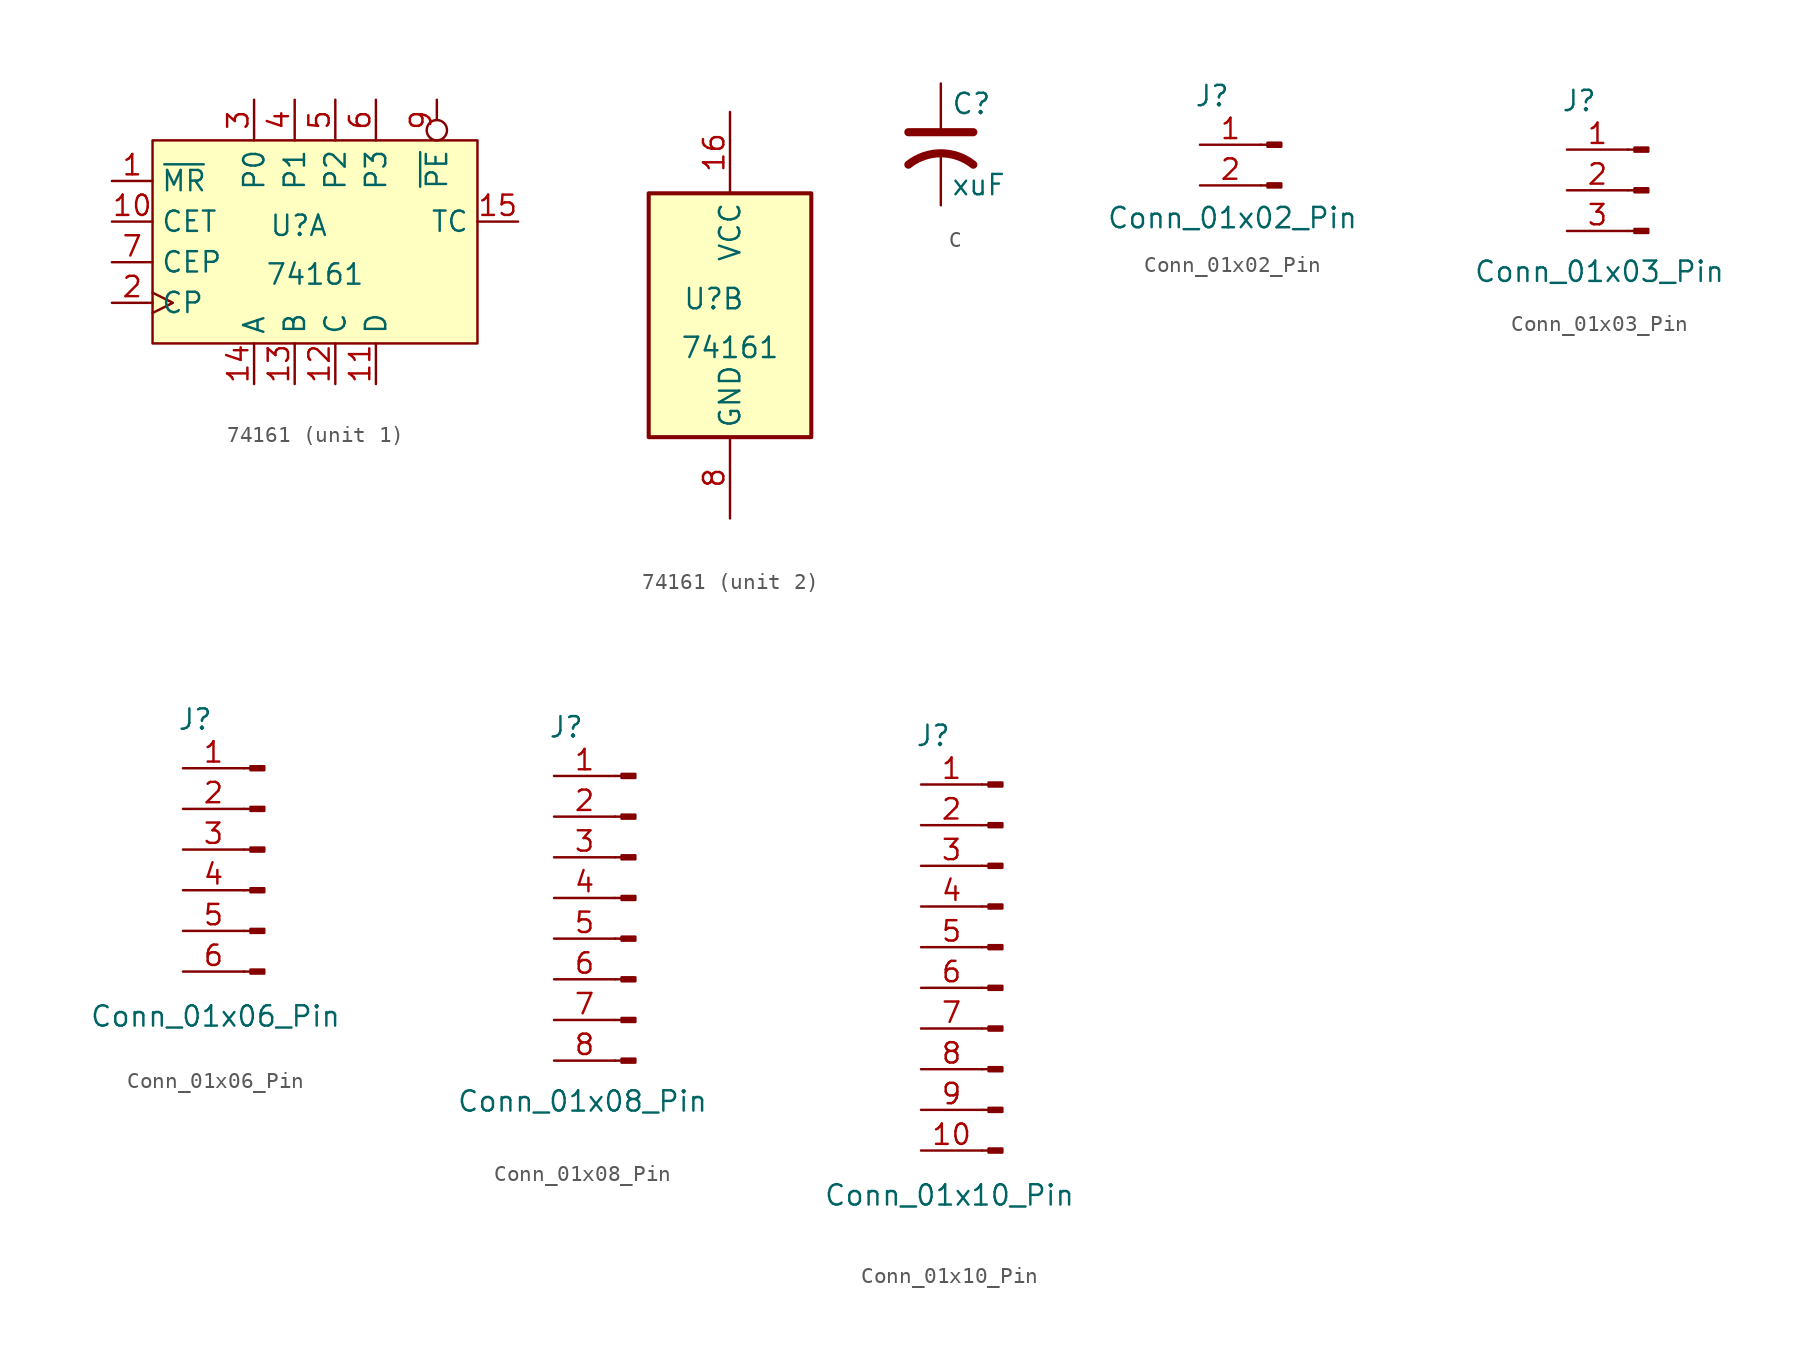
<source format=kicad_sym>
(kicad_symbol_lib
  (version 20241209)
  (generator "kicad_symbol_editor")
  (generator_version "9.0")
  (symbol "74161"
    (property "Reference" "U"
      (at -1.016 1.016 0)
      (effects (font (size 1.27 1.27))))
    (property "Value" "74161"
      (at 0 -2.032 0)
      (effects (font (size 1.27 1.27))))
    (property "ki_locked" ""
      (at 0 0 0)
      (effects (font (size 1.27 1.27))))
    (symbol "74161_1_1"
      (rectangle (start -10.16 6.35) (end 10.16 -6.35) (stroke (width 0) (type default)) (fill (type background)))
      (pin input line (at -12.7 3.81 0) (length 2.54) (name "~{MR}" (effects (font (size 1.27 1.27)))) (number "1" (effects (font (size 1.27 1.27)))))
      (pin input line (at -12.7 1.27 0) (length 2.54) (name "CET" (effects (font (size 1.27 1.27)))) (number "10" (effects (font (size 1.27 1.27)))))
      (pin input line (at -12.7 -1.27 0) (length 2.54) (name "CEP" (effects (font (size 1.27 1.27)))) (number "7" (effects (font (size 1.27 1.27)))))
      (pin input clock (at -12.7 -3.81 0) (length 2.54) (name "CP" (effects (font (size 1.27 1.27)))) (number "2" (effects (font (size 1.27 1.27)))))
      (pin input line (at -3.81 8.89 270) (length 2.54) (name "P0" (effects (font (size 1.27 1.27)))) (number "3" (effects (font (size 1.27 1.27)))))
      (pin output line (at -3.81 -8.89 90) (length 2.54) (name "A" (effects (font (size 1.27 1.27)))) (number "14" (effects (font (size 1.27 1.27)))))
      (pin input line (at -1.27 8.89 270) (length 2.54) (name "P1" (effects (font (size 1.27 1.27)))) (number "4" (effects (font (size 1.27 1.27)))))
      (pin output line (at -1.27 -8.89 90) (length 2.54) (name "B" (effects (font (size 1.27 1.27)))) (number "13" (effects (font (size 1.27 1.27)))))
      (pin input line (at 1.27 8.89 270) (length 2.54) (name "P2" (effects (font (size 1.27 1.27)))) (number "5" (effects (font (size 1.27 1.27)))))
      (pin output line (at 1.27 -8.89 90) (length 2.54) (name "C" (effects (font (size 1.27 1.27)))) (number "12" (effects (font (size 1.27 1.27)))))
      (pin input line (at 3.81 8.89 270) (length 2.54) (name "P3" (effects (font (size 1.27 1.27)))) (number "6" (effects (font (size 1.27 1.27)))))
      (pin output line (at 3.81 -8.89 90) (length 2.54) (name "D" (effects (font (size 1.27 1.27)))) (number "11" (effects (font (size 1.27 1.27)))))
      (pin input inverted (at 7.62 8.89 270) (length 2.54) (name "~{PE}" (effects (font (size 1.27 1.27)))) (number "9" (effects (font (size 1.27 1.27)))))
      (pin output line (at 12.7 1.27 180) (length 2.54) (name "TC" (effects (font (size 1.27 1.27)))) (number "15" (effects (font (size 1.27 1.27))))))
    (symbol "74161_2_0"
      (pin power_in line (at 0 12.7 270) (length 5.08) (name "VCC" (effects (font (size 1.27 1.27)))) (number "16" (effects (font (size 1.27 1.27)))))
      (pin power_in line (at 0 -12.7 90) (length 5.08) (name "GND" (effects (font (size 1.27 1.27)))) (number "8" (effects (font (size 1.27 1.27))))))
    (symbol "74161_2_1"
      (rectangle (start -5.08 7.62) (end 5.08 -7.62) (stroke (width 0.254) (type default)) (fill (type background)))))
  (symbol "C"
    (pin_numbers
      (hide yes))
    (pin_names
      (offset 0.254)
      (hide yes))
    (property "Reference" "C"
      (at 0.635 2.54 0)
      (effects (font (size 1.27 1.27)) (justify left)))
    (property "Value" "xuF"
      (at 0.635 -2.54 0)
      (effects (font (size 1.27 1.27)) (justify left)))
    (symbol "C_0_1"
      (polyline (pts (xy -2.032 0.762) (xy 2.032 0.762)) (stroke (width 0.508) (type default)) (fill (type none)))
      (arc (start -2.032 -1.27) (mid 0 -0.5572) (end 2.032 -1.27) (stroke (width 0.508) (type default)) (fill (type none))))
    (symbol "C_1_1"
      (pin passive line (at 0 3.81 270) (length 2.794) (name "~" (effects (font (size 1.27 1.27)))) (number "1" (effects (font (size 1.27 1.27)))))
      (pin passive line (at 0 -3.81 90) (length 3.302) (name "~" (effects (font (size 1.27 1.27)))) (number "2" (effects (font (size 1.27 1.27)))))))
  (symbol "Conn_01x02_Pin"
    (pin_names
      (offset 1.016)
      (hide yes))
    (property "Reference" "J"
      (at 0.762 3.048 0)
      (effects (font (size 1.27 1.27))))
    (property "Value" "Conn_01x02_Pin"
      (at 2.032 -4.572 0)
      (effects (font (size 1.27 1.27))))
    (symbol "Conn_01x02_Pin_1_1"
      (polyline (pts (xy 3.81 0) (xy 4.216 0)) (stroke (width 0.152) (type default)) (fill (type none)))
      (polyline (pts (xy 3.81 -2.54) (xy 4.216 -2.54)) (stroke (width 0.152) (type default)) (fill (type none)))
      (rectangle (start 4.216 0.127) (end 5.08 -0.127) (stroke (width 0.152) (type default)) (fill (type outline)))
      (rectangle (start 4.216 -2.413) (end 5.08 -2.667) (stroke (width 0.152) (type default)) (fill (type outline)))
      (pin passive line (at 0 0 0) (length 3.81) (name "" (effects (font (size 1.27 1.27)))) (number "1" (effects (font (size 1.27 1.27)))))
      (pin passive line (at 0 -2.54 0) (length 3.81) (name "" (effects (font (size 1.27 1.27)))) (number "2" (effects (font (size 1.27 1.27)))))))
  (symbol "Conn_01x03_Pin"
    (pin_names
      (offset 1.016)
      (hide yes))
    (property "Reference" "J"
      (at 0.762 3.048 0)
      (effects (font (size 1.27 1.27))))
    (property "Value" "Conn_01x03_Pin"
      (at 2.032 -7.62 0)
      (effects (font (size 1.27 1.27))))
    (symbol "Conn_01x03_Pin_1_1"
      (polyline (pts (xy 3.81 0) (xy 4.216 0)) (stroke (width 0.152) (type default)) (fill (type none)))
      (polyline (pts (xy 3.81 -2.54) (xy 4.216 -2.54)) (stroke (width 0.152) (type default)) (fill (type none)))
      (polyline (pts (xy 3.81 -5.08) (xy 4.216 -5.08)) (stroke (width 0.152) (type default)) (fill (type none)))
      (rectangle (start 4.216 0.127) (end 5.08 -0.127) (stroke (width 0.152) (type default)) (fill (type outline)))
      (rectangle (start 4.216 -2.413) (end 5.08 -2.667) (stroke (width 0.152) (type default)) (fill (type outline)))
      (rectangle (start 4.216 -4.953) (end 5.08 -5.207) (stroke (width 0.152) (type default)) (fill (type outline)))
      (pin passive line (at 0 0 0) (length 3.81) (name "" (effects (font (size 1.27 1.27)))) (number "1" (effects (font (size 1.27 1.27)))))
      (pin passive line (at 0 -2.54 0) (length 3.81) (name "" (effects (font (size 1.27 1.27)))) (number "2" (effects (font (size 1.27 1.27)))))
      (pin passive line (at 0 -5.08 0) (length 3.81) (name "" (effects (font (size 1.27 1.27)))) (number "3" (effects (font (size 1.27 1.27)))))))
  (symbol "Conn_01x06_Pin"
    (pin_names
      (offset 1.016)
      (hide yes))
    (property "Reference" "J"
      (at -6.858 5.588 0)
      (effects (font (size 1.27 1.27))))
    (property "Value" "Conn_01x06_Pin"
      (at -5.588 -12.954 0)
      (effects (font (size 1.27 1.27))))
    (symbol "Conn_01x06_Pin_1_1"
      (polyline (pts (xy -3.81 2.54) (xy -3.404 2.54)) (stroke (width 0.152) (type default)) (fill (type none)))
      (polyline (pts (xy -3.81 0) (xy -3.404 0)) (stroke (width 0.152) (type default)) (fill (type none)))
      (polyline (pts (xy -3.81 -2.54) (xy -3.404 -2.54)) (stroke (width 0.152) (type default)) (fill (type none)))
      (polyline (pts (xy -3.81 -5.08) (xy -3.404 -5.08)) (stroke (width 0.152) (type default)) (fill (type none)))
      (polyline (pts (xy -3.81 -7.62) (xy -3.404 -7.62)) (stroke (width 0.152) (type default)) (fill (type none)))
      (polyline (pts (xy -3.81 -10.16) (xy -3.404 -10.16)) (stroke (width 0.152) (type default)) (fill (type none)))
      (rectangle (start -3.404 2.667) (end -2.54 2.413) (stroke (width 0.152) (type default)) (fill (type outline)))
      (rectangle (start -3.404 0.127) (end -2.54 -0.127) (stroke (width 0.152) (type default)) (fill (type outline)))
      (rectangle (start -3.404 -2.413) (end -2.54 -2.667) (stroke (width 0.152) (type default)) (fill (type outline)))
      (rectangle (start -3.404 -4.953) (end -2.54 -5.207) (stroke (width 0.152) (type default)) (fill (type outline)))
      (rectangle (start -3.404 -7.493) (end -2.54 -7.747) (stroke (width 0.152) (type default)) (fill (type outline)))
      (rectangle (start -3.404 -10.033) (end -2.54 -10.287) (stroke (width 0.152) (type default)) (fill (type outline)))
      (pin passive line (at -7.62 2.54 0) (length 3.81) (name "" (effects (font (size 1.27 1.27)))) (number "1" (effects (font (size 1.27 1.27)))))
      (pin passive line (at -7.62 0 0) (length 3.81) (name "" (effects (font (size 1.27 1.27)))) (number "2" (effects (font (size 1.27 1.27)))))
      (pin passive line (at -7.62 -2.54 0) (length 3.81) (name "" (effects (font (size 1.27 1.27)))) (number "3" (effects (font (size 1.27 1.27)))))
      (pin passive line (at -7.62 -5.08 0) (length 3.81) (name "" (effects (font (size 1.27 1.27)))) (number "4" (effects (font (size 1.27 1.27)))))
      (pin passive line (at -7.62 -7.62 0) (length 3.81) (name "" (effects (font (size 1.27 1.27)))) (number "5" (effects (font (size 1.27 1.27)))))
      (pin passive line (at -7.62 -10.16 0) (length 3.81) (name "" (effects (font (size 1.27 1.27)))) (number "6" (effects (font (size 1.27 1.27)))))))
  (symbol "Conn_01x08_Pin"
    (pin_names
      (offset 1.016)
      (hide yes))
    (property "Reference" "J"
      (at -1.778 11.938 0)
      (effects (font (size 1.27 1.27))))
    (property "Value" "Conn_01x08_Pin"
      (at -0.762 -11.43 0)
      (effects (font (size 1.27 1.27))))
    (symbol "Conn_01x08_Pin_1_1"
      (polyline (pts (xy 1.27 8.89) (xy 1.676 8.89)) (stroke (width 0.152) (type default)) (fill (type none)))
      (polyline (pts (xy 1.27 6.35) (xy 1.676 6.35)) (stroke (width 0.152) (type default)) (fill (type none)))
      (polyline (pts (xy 1.27 3.81) (xy 1.676 3.81)) (stroke (width 0.152) (type default)) (fill (type none)))
      (polyline (pts (xy 1.27 1.27) (xy 1.676 1.27)) (stroke (width 0.152) (type default)) (fill (type none)))
      (polyline (pts (xy 1.27 -1.27) (xy 1.676 -1.27)) (stroke (width 0.152) (type default)) (fill (type none)))
      (polyline (pts (xy 1.27 -3.81) (xy 1.676 -3.81)) (stroke (width 0.152) (type default)) (fill (type none)))
      (polyline (pts (xy 1.27 -6.35) (xy 1.676 -6.35)) (stroke (width 0.152) (type default)) (fill (type none)))
      (polyline (pts (xy 1.27 -8.89) (xy 1.676 -8.89)) (stroke (width 0.152) (type default)) (fill (type none)))
      (rectangle (start 1.676 9.017) (end 2.54 8.763) (stroke (width 0.152) (type default)) (fill (type outline)))
      (rectangle (start 1.676 6.477) (end 2.54 6.223) (stroke (width 0.152) (type default)) (fill (type outline)))
      (rectangle (start 1.676 3.937) (end 2.54 3.683) (stroke (width 0.152) (type default)) (fill (type outline)))
      (rectangle (start 1.676 1.397) (end 2.54 1.143) (stroke (width 0.152) (type default)) (fill (type outline)))
      (rectangle (start 1.676 -1.143) (end 2.54 -1.397) (stroke (width 0.152) (type default)) (fill (type outline)))
      (rectangle (start 1.676 -3.683) (end 2.54 -3.937) (stroke (width 0.152) (type default)) (fill (type outline)))
      (rectangle (start 1.676 -6.223) (end 2.54 -6.477) (stroke (width 0.152) (type default)) (fill (type outline)))
      (rectangle (start 1.676 -8.763) (end 2.54 -9.017) (stroke (width 0.152) (type default)) (fill (type outline)))
      (pin passive line (at -2.54 8.89 0) (length 3.81) (name "" (effects (font (size 1.27 1.27)))) (number "1" (effects (font (size 1.27 1.27)))))
      (pin passive line (at -2.54 6.35 0) (length 3.81) (name "" (effects (font (size 1.27 1.27)))) (number "2" (effects (font (size 1.27 1.27)))))
      (pin passive line (at -2.54 3.81 0) (length 3.81) (name "" (effects (font (size 1.27 1.27)))) (number "3" (effects (font (size 1.27 1.27)))))
      (pin passive line (at -2.54 1.27 0) (length 3.81) (name "" (effects (font (size 1.27 1.27)))) (number "4" (effects (font (size 1.27 1.27)))))
      (pin passive line (at -2.54 -1.27 0) (length 3.81) (name "" (effects (font (size 1.27 1.27)))) (number "5" (effects (font (size 1.27 1.27)))))
      (pin passive line (at -2.54 -3.81 0) (length 3.81) (name "" (effects (font (size 1.27 1.27)))) (number "6" (effects (font (size 1.27 1.27)))))
      (pin passive line (at -2.54 -6.35 0) (length 3.81) (name "" (effects (font (size 1.27 1.27)))) (number "7" (effects (font (size 1.27 1.27)))))
      (pin passive line (at -2.54 -8.89 0) (length 3.81) (name "" (effects (font (size 1.27 1.27)))) (number "8" (effects (font (size 1.27 1.27)))))))
  (symbol "Conn_01x10_Pin"
    (pin_names
      (offset 1.016)
      (hide yes))
    (property "Reference" "J"
      (at -1.778 14.478 0)
      (effects (font (size 1.27 1.27))))
    (property "Value" "Conn_01x10_Pin"
      (at -0.762 -14.224 0)
      (effects (font (size 1.27 1.27))))
    (symbol "Conn_01x10_Pin_1_1"
      (polyline (pts (xy 1.27 11.43) (xy 1.676 11.43)) (stroke (width 0.152) (type default)) (fill (type none)))
      (polyline (pts (xy 1.27 8.89) (xy 1.676 8.89)) (stroke (width 0.152) (type default)) (fill (type none)))
      (polyline (pts (xy 1.27 6.35) (xy 1.676 6.35)) (stroke (width 0.152) (type default)) (fill (type none)))
      (polyline (pts (xy 1.27 3.81) (xy 1.676 3.81)) (stroke (width 0.152) (type default)) (fill (type none)))
      (polyline (pts (xy 1.27 1.27) (xy 1.676 1.27)) (stroke (width 0.152) (type default)) (fill (type none)))
      (polyline (pts (xy 1.27 -1.27) (xy 1.676 -1.27)) (stroke (width 0.152) (type default)) (fill (type none)))
      (polyline (pts (xy 1.27 -3.81) (xy 1.676 -3.81)) (stroke (width 0.152) (type default)) (fill (type none)))
      (polyline (pts (xy 1.27 -6.35) (xy 1.676 -6.35)) (stroke (width 0.152) (type default)) (fill (type none)))
      (polyline (pts (xy 1.27 -8.89) (xy 1.676 -8.89)) (stroke (width 0.152) (type default)) (fill (type none)))
      (polyline (pts (xy 1.27 -11.43) (xy 1.676 -11.43)) (stroke (width 0.152) (type default)) (fill (type none)))
      (rectangle (start 1.676 11.557) (end 2.54 11.303) (stroke (width 0.152) (type default)) (fill (type outline)))
      (rectangle (start 1.676 9.017) (end 2.54 8.763) (stroke (width 0.152) (type default)) (fill (type outline)))
      (rectangle (start 1.676 6.477) (end 2.54 6.223) (stroke (width 0.152) (type default)) (fill (type outline)))
      (rectangle (start 1.676 3.937) (end 2.54 3.683) (stroke (width 0.152) (type default)) (fill (type outline)))
      (rectangle (start 1.676 1.397) (end 2.54 1.143) (stroke (width 0.152) (type default)) (fill (type outline)))
      (rectangle (start 1.676 -1.143) (end 2.54 -1.397) (stroke (width 0.152) (type default)) (fill (type outline)))
      (rectangle (start 1.676 -3.683) (end 2.54 -3.937) (stroke (width 0.152) (type default)) (fill (type outline)))
      (rectangle (start 1.676 -6.223) (end 2.54 -6.477) (stroke (width 0.152) (type default)) (fill (type outline)))
      (rectangle (start 1.676 -8.763) (end 2.54 -9.017) (stroke (width 0.152) (type default)) (fill (type outline)))
      (rectangle (start 1.676 -11.303) (end 2.54 -11.557) (stroke (width 0.152) (type default)) (fill (type outline)))
      (pin passive line (at -2.54 11.43 0) (length 3.81) (name "" (effects (font (size 1.27 1.27)))) (number "1" (effects (font (size 1.27 1.27)))))
      (pin passive line (at -2.54 8.89 0) (length 3.81) (name "" (effects (font (size 1.27 1.27)))) (number "2" (effects (font (size 1.27 1.27)))))
      (pin passive line (at -2.54 6.35 0) (length 3.81) (name "" (effects (font (size 1.27 1.27)))) (number "3" (effects (font (size 1.27 1.27)))))
      (pin passive line (at -2.54 3.81 0) (length 3.81) (name "" (effects (font (size 1.27 1.27)))) (number "4" (effects (font (size 1.27 1.27)))))
      (pin passive line (at -2.54 1.27 0) (length 3.81) (name "" (effects (font (size 1.27 1.27)))) (number "5" (effects (font (size 1.27 1.27)))))
      (pin passive line (at -2.54 -1.27 0) (length 3.81) (name "" (effects (font (size 1.27 1.27)))) (number "6" (effects (font (size 1.27 1.27)))))
      (pin passive line (at -2.54 -3.81 0) (length 3.81) (name "" (effects (font (size 1.27 1.27)))) (number "7" (effects (font (size 1.27 1.27)))))
      (pin passive line (at -2.54 -6.35 0) (length 3.81) (name "" (effects (font (size 1.27 1.27)))) (number "8" (effects (font (size 1.27 1.27)))))
      (pin passive line (at -2.54 -8.89 0) (length 3.81) (name "" (effects (font (size 1.27 1.27)))) (number "9" (effects (font (size 1.27 1.27)))))
      (pin passive line (at -2.54 -11.43 0) (length 3.81) (name "" (effects (font (size 1.27 1.27)))) (number "10" (effects (font (size 1.27 1.27))))))))
</source>
